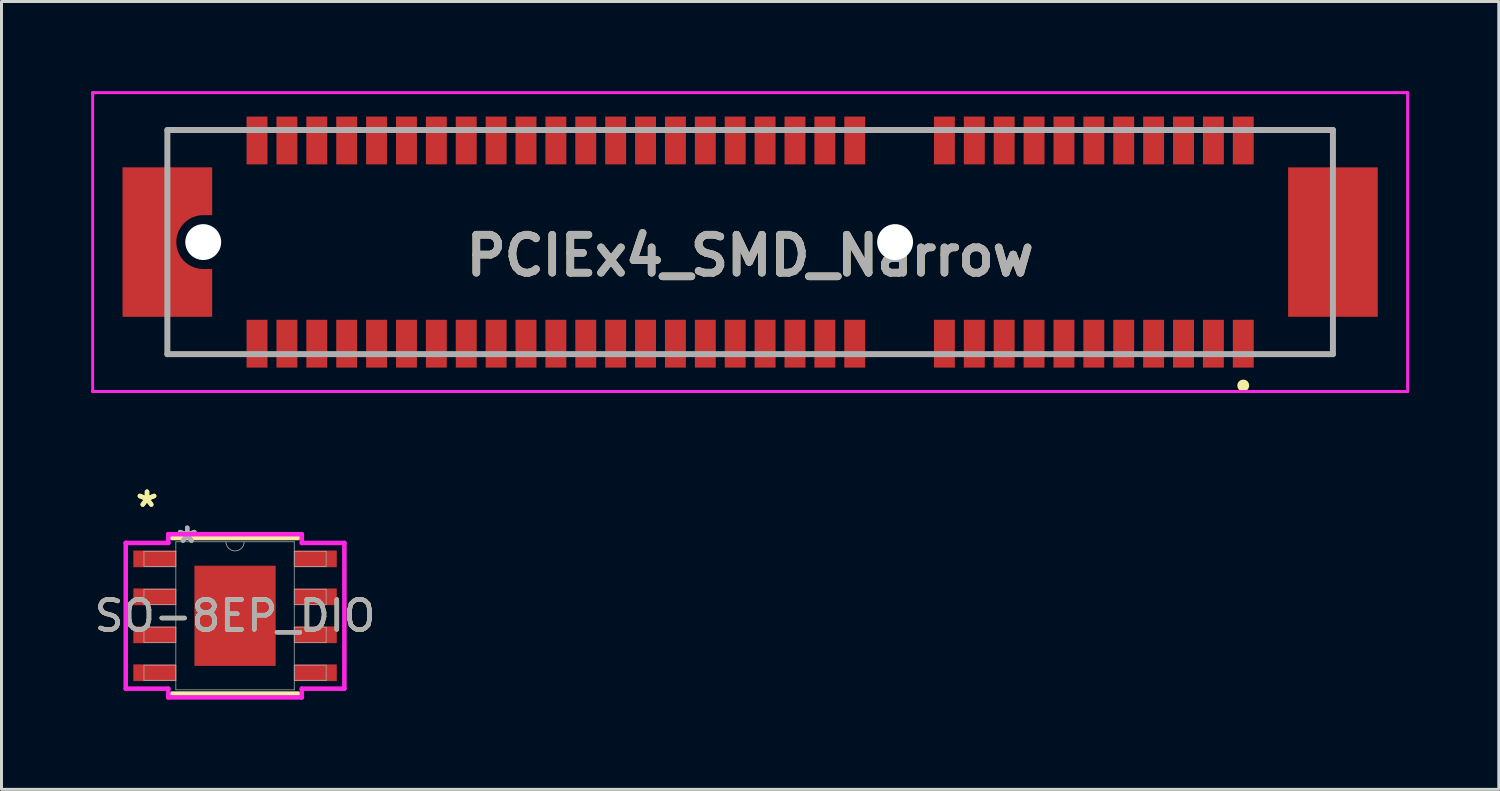
<source format=kicad_pcb>
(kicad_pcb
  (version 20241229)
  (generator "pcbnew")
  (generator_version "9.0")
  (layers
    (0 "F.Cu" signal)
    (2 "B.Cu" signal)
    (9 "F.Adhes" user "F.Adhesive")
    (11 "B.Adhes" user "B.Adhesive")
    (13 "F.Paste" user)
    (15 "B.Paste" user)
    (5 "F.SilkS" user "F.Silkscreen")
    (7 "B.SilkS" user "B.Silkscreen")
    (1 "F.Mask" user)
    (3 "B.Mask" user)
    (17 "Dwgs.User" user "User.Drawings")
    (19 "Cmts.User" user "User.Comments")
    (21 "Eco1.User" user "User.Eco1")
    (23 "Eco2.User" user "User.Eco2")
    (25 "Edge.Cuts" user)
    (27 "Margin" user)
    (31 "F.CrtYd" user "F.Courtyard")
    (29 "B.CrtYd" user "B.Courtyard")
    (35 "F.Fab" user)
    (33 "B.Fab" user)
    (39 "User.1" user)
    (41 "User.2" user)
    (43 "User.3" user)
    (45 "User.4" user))
  (footprint "PCIEx4_SMD_Narrow"
    (layer "F.Cu")
    (at 22.05 5.05)
    (property "Reference" "PCIEx4_SMD_Narrow" (at 0 0.45 0) (layer "F.SilkS") (effects (font (size 1.27 1.27) (thickness 0.254))))
    (attr through_hole)
    (fp_line (start -19.5 -3.75) (end -19.5 -3.75) (stroke (width 0.1) (type solid)) (layer "F.SilkS"))
    (fp_line (start -19.5 -3.75) (end -19.5 -3.75) (stroke (width 0.1) (type solid)) (layer "F.SilkS"))
    (fp_line (start -19.5 -3.75) (end -19.5 -3) (stroke (width 0.1) (type solid)) (layer "F.SilkS"))
    (fp_line (start -19.5 -3.75) (end -17.5 -3.75) (stroke (width 0.1) (type solid)) (layer "F.SilkS"))
    (fp_line (start -19.5 -3) (end -19.5 -3.75) (stroke (width 0.1) (type solid)) (layer "F.SilkS"))
    (fp_line (start -19.5 -3) (end -19.5 -3) (stroke (width 0.1) (type solid)) (layer "F.SilkS"))
    (fp_line (start -19.5 3) (end -19.5 3) (stroke (width 0.1) (type solid)) (layer "F.SilkS"))
    (fp_line (start -19.5 3) (end -19.5 3.75) (stroke (width 0.1) (type solid)) (layer "F.SilkS"))
    (fp_line (start -19.5 3.75) (end -19.5 3) (stroke (width 0.1) (type solid)) (layer "F.SilkS"))
    (fp_line (start -19.5 3.75) (end -19.5 3.75) (stroke (width 0.1) (type solid)) (layer "F.SilkS"))
    (fp_line (start -19.5 3.75) (end -19.5 3.75) (stroke (width 0.1) (type solid)) (layer "F.SilkS"))
    (fp_line (start -19.5 3.75) (end -17.5 3.75) (stroke (width 0.1) (type solid)) (layer "F.SilkS"))
    (fp_line (start -17.5 -3.75) (end -19.5 -3.75) (stroke (width 0.1) (type solid)) (layer "F.SilkS"))
    (fp_line (start -17.5 -3.75) (end -17.5 -3.75) (stroke (width 0.1) (type solid)) (layer "F.SilkS"))
    (fp_line (start -17.5 3.75) (end -19.5 3.75) (stroke (width 0.1) (type solid)) (layer "F.SilkS"))
    (fp_line (start -17.5 3.75) (end -17.5 3.75) (stroke (width 0.1) (type solid)) (layer "F.SilkS"))
    (fp_line (start 4.5 3.75) (end 4.5 3.75) (stroke (width 0.1) (type solid)) (layer "F.SilkS"))
    (fp_line (start 4.5 3.75) (end 5.5 3.75) (stroke (width 0.1) (type solid)) (layer "F.SilkS"))
    (fp_line (start 5.5 3.75) (end 4.5 3.75) (stroke (width 0.1) (type solid)) (layer "F.SilkS"))
    (fp_line (start 5.5 3.75) (end 5.5 3.75) (stroke (width 0.1) (type solid)) (layer "F.SilkS"))
    (fp_line (start 17.5 -3.75) (end 17.5 -3.75) (stroke (width 0.1) (type solid)) (layer "F.SilkS"))
    (fp_line (start 17.5 -3.75) (end 19.5 -3.75) (stroke (width 0.1) (type solid)) (layer "F.SilkS"))
    (fp_line (start 17.5 3.75) (end 17.5 3.75) (stroke (width 0.1) (type solid)) (layer "F.SilkS"))
    (fp_line (start 17.5 3.75) (end 19.5 3.75) (stroke (width 0.1) (type solid)) (layer "F.SilkS"))
    (fp_line (start 19.5 -3.75) (end 17.5 -3.75) (stroke (width 0.1) (type solid)) (layer "F.SilkS"))
    (fp_line (start 19.5 -3.75) (end 19.5 -3.75) (stroke (width 0.1) (type solid)) (layer "F.SilkS"))
    (fp_line (start 19.5 -3.75) (end 19.5 -3.75) (stroke (width 0.1) (type solid)) (layer "F.SilkS"))
    (fp_line (start 19.5 -3.75) (end 19.5 -3) (stroke (width 0.1) (type solid)) (layer "F.SilkS"))
    (fp_line (start 19.5 -3) (end 19.5 -3.75) (stroke (width 0.1) (type solid)) (layer "F.SilkS"))
    (fp_line (start 19.5 -3) (end 19.5 -3) (stroke (width 0.1) (type solid)) (layer "F.SilkS"))
    (fp_line (start 19.5 3) (end 19.5 3) (stroke (width 0.1) (type solid)) (layer "F.SilkS"))
    (fp_line (start 19.5 3) (end 19.5 3.75) (stroke (width 0.1) (type solid)) (layer "F.SilkS"))
    (fp_line (start 19.5 3.75) (end 17.5 3.75) (stroke (width 0.1) (type solid)) (layer "F.SilkS"))
    (fp_line (start 19.5 3.75) (end 19.5 3) (stroke (width 0.1) (type solid)) (layer "F.SilkS"))
    (fp_line (start 19.5 3.75) (end 19.5 3.75) (stroke (width 0.1) (type solid)) (layer "F.SilkS"))
    (fp_line (start 19.5 3.75) (end 19.5 3.75) (stroke (width 0.1) (type solid)) (layer "F.SilkS"))
    (fp_circle (center 16.5 4.8) (end 16.6 4.8) (stroke (width 0.2) (type default)) (fill no) (layer "F.SilkS"))
    (fp_line (start -22 -5) (end 22 -5) (stroke (width 0.1) (type solid)) (layer "F.CrtYd"))
    (fp_line (start -22 5) (end -22 -5) (stroke (width 0.1) (type solid)) (layer "F.CrtYd"))
    (fp_line (start 22 -5) (end 22 5) (stroke (width 0.1) (type solid)) (layer "F.CrtYd"))
    (fp_line (start 22 5) (end -22 5) (stroke (width 0.1) (type solid)) (layer "F.CrtYd"))
    (fp_line (start -19.5 -3.75) (end -19.5 3.75) (stroke (width 0.2) (type solid)) (layer "F.Fab"))
    (fp_line (start -19.5 3.75) (end 19.5 3.75) (stroke (width 0.2) (type solid)) (layer "F.Fab"))
    (fp_line (start 19.5 -3.75) (end -19.5 -3.75) (stroke (width 0.2) (type solid)) (layer "F.Fab"))
    (fp_line (start 19.5 3.75) (end 19.5 -3.75) (stroke (width 0.2) (type solid)) (layer "F.Fab"))
    (fp_text user "${REFERENCE}" (at 0 0.45 0) (layer "F.Fab") (effects (font (size 1.27 1.27) (thickness 0.254))))
    (pad "" np_thru_hole circle (at -18.3 0) (size 1.2 1.2) (drill 1.2) (layers "*.Cu" "*.Mask"))
    (pad "" np_thru_hole circle (at 4.85 0) (size 1.2 1.2) (drill 1.2) (layers "*.Cu" "*.Mask"))
    (pad "A1" smd rect (at 16.5 3.4) (size 0.7 1.6) (layers "F.Cu" "F.Mask" "F.Paste"))
    (pad "A2" smd rect (at 15.5 3.4) (size 0.7 1.6) (layers "F.Cu" "F.Mask" "F.Paste"))
    (pad "A3" smd rect (at 14.5 3.4) (size 0.7 1.6) (layers "F.Cu" "F.Mask" "F.Paste"))
    (pad "A4" smd rect (at 13.5 3.4) (size 0.7 1.6) (layers "F.Cu" "F.Mask" "F.Paste"))
    (pad "A5" smd rect (at 12.5 3.4) (size 0.7 1.6) (layers "F.Cu" "F.Mask" "F.Paste"))
    (pad "A6" smd rect (at 11.5 3.4) (size 0.7 1.6) (layers "F.Cu" "F.Mask" "F.Paste"))
    (pad "A7" smd rect (at 10.5 3.4) (size 0.7 1.6) (layers "F.Cu" "F.Mask" "F.Paste"))
    (pad "A8" smd rect (at 9.5 3.4) (size 0.7 1.6) (layers "F.Cu" "F.Mask" "F.Paste"))
    (pad "A9" smd rect (at 8.5 3.4) (size 0.7 1.6) (layers "F.Cu" "F.Mask" "F.Paste"))
    (pad "A10" smd rect (at 7.5 3.4) (size 0.7 1.6) (layers "F.Cu" "F.Mask" "F.Paste"))
    (pad "A11" smd rect (at 6.5 3.4) (size 0.7 1.6) (layers "F.Cu" "F.Mask" "F.Paste"))
    (pad "A12" smd rect (at 3.5 3.4) (size 0.7 1.6) (layers "F.Cu" "F.Mask" "F.Paste"))
    (pad "A13" smd rect (at 2.5 3.4) (size 0.7 1.6) (layers "F.Cu" "F.Mask" "F.Paste"))
    (pad "A14" smd rect (at 1.5 3.4) (size 0.7 1.6) (layers "F.Cu" "F.Mask" "F.Paste"))
    (pad "A15" smd rect (at 0.5 3.4) (size 0.7 1.6) (layers "F.Cu" "F.Mask" "F.Paste"))
    (pad "A16" smd rect (at -0.5 3.4) (size 0.7 1.6) (layers "F.Cu" "F.Mask" "F.Paste"))
    (pad "A17" smd rect (at -1.5 3.4) (size 0.7 1.6) (layers "F.Cu" "F.Mask" "F.Paste"))
    (pad "A18" smd rect (at -2.5 3.4) (size 0.7 1.6) (layers "F.Cu" "F.Mask" "F.Paste"))
    (pad "A19" smd rect (at -3.5 3.4) (size 0.7 1.6) (layers "F.Cu" "F.Mask" "F.Paste"))
    (pad "A20" smd rect (at -4.5 3.4) (size 0.7 1.6) (layers "F.Cu" "F.Mask" "F.Paste"))
    (pad "A21" smd rect (at -5.5 3.4) (size 0.7 1.6) (layers "F.Cu" "F.Mask" "F.Paste"))
    (pad "A22" smd rect (at -6.5 3.4) (size 0.7 1.6) (layers "F.Cu" "F.Mask" "F.Paste"))
    (pad "A23" smd rect (at -7.5 3.4) (size 0.7 1.6) (layers "F.Cu" "F.Mask" "F.Paste"))
    (pad "A24" smd rect (at -8.5 3.4) (size 0.7 1.6) (layers "F.Cu" "F.Mask" "F.Paste"))
    (pad "A25" smd rect (at -9.5 3.4) (size 0.7 1.6) (layers "F.Cu" "F.Mask" "F.Paste"))
    (pad "A26" smd rect (at -10.5 3.4) (size 0.7 1.6) (layers "F.Cu" "F.Mask" "F.Paste"))
    (pad "A27" smd rect (at -11.5 3.4) (size 0.7 1.6) (layers "F.Cu" "F.Mask" "F.Paste"))
    (pad "A28" smd rect (at -12.5 3.4) (size 0.7 1.6) (layers "F.Cu" "F.Mask" "F.Paste"))
    (pad "A29" smd rect (at -13.5 3.4) (size 0.7 1.6) (layers "F.Cu" "F.Mask" "F.Paste"))
    (pad "A30" smd rect (at -14.5 3.4) (size 0.7 1.6) (layers "F.Cu" "F.Mask" "F.Paste"))
    (pad "A31" smd rect (at -15.5 3.4) (size 0.7 1.6) (layers "F.Cu" "F.Mask" "F.Paste"))
    (pad "A32" smd rect (at -16.5 3.4) (size 0.7 1.6) (layers "F.Cu" "F.Mask" "F.Paste"))
    (pad "B1" smd rect (at 16.5 -3.4) (size 0.7 1.6) (layers "F.Cu" "F.Mask" "F.Paste"))
    (pad "B2" smd rect (at 15.5 -3.4) (size 0.7 1.6) (layers "F.Cu" "F.Mask" "F.Paste"))
    (pad "B3" smd rect (at 14.5 -3.4) (size 0.7 1.6) (layers "F.Cu" "F.Mask" "F.Paste"))
    (pad "B4" smd rect (at 13.5 -3.4) (size 0.7 1.6) (layers "F.Cu" "F.Mask" "F.Paste"))
    (pad "B5" smd rect (at 12.5 -3.4) (size 0.7 1.6) (layers "F.Cu" "F.Mask" "F.Paste"))
    (pad "B6" smd rect (at 11.5 -3.4) (size 0.7 1.6) (layers "F.Cu" "F.Mask" "F.Paste"))
    (pad "B7" smd rect (at 10.5 -3.4) (size 0.7 1.6) (layers "F.Cu" "F.Mask" "F.Paste"))
    (pad "B8" smd rect (at 9.5 -3.4) (size 0.7 1.6) (layers "F.Cu" "F.Mask" "F.Paste"))
    (pad "B9" smd rect (at 8.5 -3.4) (size 0.7 1.6) (layers "F.Cu" "F.Mask" "F.Paste"))
    (pad "B10" smd rect (at 7.5 -3.4) (size 0.7 1.6) (layers "F.Cu" "F.Mask" "F.Paste"))
    (pad "B11" smd rect (at 6.5 -3.4) (size 0.7 1.6) (layers "F.Cu" "F.Mask" "F.Paste"))
    (pad "B12" smd rect (at 3.5 -3.4) (size 0.7 1.6) (layers "F.Cu" "F.Mask" "F.Paste"))
    (pad "B13" smd rect (at 2.5 -3.4) (size 0.7 1.6) (layers "F.Cu" "F.Mask" "F.Paste"))
    (pad "B14" smd rect (at 1.5 -3.4) (size 0.7 1.6) (layers "F.Cu" "F.Mask" "F.Paste"))
    (pad "B15" smd rect (at 0.5 -3.4) (size 0.7 1.6) (layers "F.Cu" "F.Mask" "F.Paste"))
    (pad "B16" smd rect (at -0.5 -3.4) (size 0.7 1.6) (layers "F.Cu" "F.Mask" "F.Paste"))
    (pad "B17" smd rect (at -1.5 -3.4) (size 0.7 1.6) (layers "F.Cu" "F.Mask" "F.Paste"))
    (pad "B18" smd rect (at -2.5 -3.4) (size 0.7 1.6) (layers "F.Cu" "F.Mask" "F.Paste"))
    (pad "B19" smd rect (at -3.5 -3.4) (size 0.7 1.6) (layers "F.Cu" "F.Mask" "F.Paste"))
    (pad "B20" smd rect (at -4.5 -3.4) (size 0.7 1.6) (layers "F.Cu" "F.Mask" "F.Paste"))
    (pad "B21" smd rect (at -5.5 -3.4) (size 0.7 1.6) (layers "F.Cu" "F.Mask" "F.Paste"))
    (pad "B22" smd rect (at -6.5 -3.4) (size 0.7 1.6) (layers "F.Cu" "F.Mask" "F.Paste"))
    (pad "B23" smd rect (at -7.5 -3.4) (size 0.7 1.6) (layers "F.Cu" "F.Mask" "F.Paste"))
    (pad "B24" smd rect (at -8.5 -3.4) (size 0.7 1.6) (layers "F.Cu" "F.Mask" "F.Paste"))
    (pad "B25" smd rect (at -9.5 -3.4) (size 0.7 1.6) (layers "F.Cu" "F.Mask" "F.Paste"))
    (pad "B26" smd rect (at -10.5 -3.4) (size 0.7 1.6) (layers "F.Cu" "F.Mask" "F.Paste"))
    (pad "B27" smd rect (at -11.5 -3.4) (size 0.7 1.6) (layers "F.Cu" "F.Mask" "F.Paste"))
    (pad "B28" smd rect (at -12.5 -3.4) (size 0.7 1.6) (layers "F.Cu" "F.Mask" "F.Paste"))
    (pad "B29" smd rect (at -13.5 -3.4) (size 0.7 1.6) (layers "F.Cu" "F.Mask" "F.Paste"))
    (pad "B30" smd rect (at -14.5 -3.4) (size 0.7 1.6) (layers "F.Cu" "F.Mask" "F.Paste"))
    (pad "B31" smd rect (at -15.5 -3.4) (size 0.7 1.6) (layers "F.Cu" "F.Mask" "F.Paste"))
    (pad "B32" smd rect (at -16.5 -3.4) (size 0.7 1.6) (layers "F.Cu" "F.Mask" "F.Paste"))
    (pad "MP1" smd rect (at 19.5 0) (size 3 5) (layers "F.Cu" "F.Mask" "F.Paste"))
    (pad "MP2" smd custom (at -20.1 0) (size 1.8 5) (layers "F.Cu" "F.Mask" "F.Paste") (options (anchor rect)) (primitives (gr_poly (pts (arc (start 1.8 -0.9) (mid 0.9 0) (end 1.8 0.9)) (xy 0.8 0.9) (xy 0.8 -0.9)) (width 0) (fill yes)) (gr_poly (pts (xy 2.1 -2.5) (xy -0.9 -2.5) (xy -0.9 2.5) (xy 2.1 2.5) (xy 2.1 0.9) (xy 0.9 0.9) (xy 0.9 -0.9) (xy 2.1 -0.9)) (width 0) (fill yes)))))
  (footprint "SO-8EP_DIO"
    (layer "F.Cu")
    (at 4.815 17.555)
    (property "Reference" "SO-8EP_DIO" (at 0 0 0) (unlocked yes) (layer "F.SilkS") (effects (font (size 1 1) (thickness 0.15))))
    (attr smd)
    (fp_line (start -2.108 2.603) (end 2.108 2.603) (stroke (width 0.152) (type solid)) (layer "F.SilkS"))
    (fp_line (start 2.108 -2.603) (end -2.108 -2.603) (stroke (width 0.152) (type solid)) (layer "F.SilkS"))
    (fp_poly (pts (xy -1.259 -1.576) (xy -1.259 -0.1) (xy -0.1 -0.1) (xy -0.1 -1.576)) (stroke (width 0) (type solid)) (fill yes) (layer "F.Paste"))
    (fp_poly (pts (xy -1.259 0.1) (xy -1.259 1.576) (xy -0.1 1.576) (xy -0.1 0.1)) (stroke (width 0) (type solid)) (fill yes) (layer "F.Paste"))
    (fp_poly (pts (xy 0.1 -1.576) (xy 0.1 -0.1) (xy 1.259 -0.1) (xy 1.259 -1.576)) (stroke (width 0) (type solid)) (fill yes) (layer "F.Paste"))
    (fp_poly (pts (xy 0.1 0.1) (xy 0.1 1.576) (xy 1.259 1.576) (xy 1.259 0.1)) (stroke (width 0) (type solid)) (fill yes) (layer "F.Paste"))
    (fp_line (start -3.658 -2.438) (end -2.235 -2.438) (stroke (width 0.152) (type solid)) (layer "F.CrtYd"))
    (fp_line (start -3.658 2.438) (end -3.658 -2.438) (stroke (width 0.152) (type solid)) (layer "F.CrtYd"))
    (fp_line (start -3.658 2.438) (end -2.235 2.438) (stroke (width 0.152) (type solid)) (layer "F.CrtYd"))
    (fp_line (start -2.235 -2.731) (end 2.235 -2.731) (stroke (width 0.152) (type solid)) (layer "F.CrtYd"))
    (fp_line (start -2.235 -2.438) (end -2.235 -2.731) (stroke (width 0.152) (type solid)) (layer "F.CrtYd"))
    (fp_line (start -2.235 2.731) (end -2.235 2.438) (stroke (width 0.152) (type solid)) (layer "F.CrtYd"))
    (fp_line (start 2.235 -2.731) (end 2.235 -2.438) (stroke (width 0.152) (type solid)) (layer "F.CrtYd"))
    (fp_line (start 2.235 2.438) (end 2.235 2.731) (stroke (width 0.152) (type solid)) (layer "F.CrtYd"))
    (fp_line (start 2.235 2.731) (end -2.235 2.731) (stroke (width 0.152) (type solid)) (layer "F.CrtYd"))
    (fp_line (start 3.658 -2.438) (end 2.235 -2.438) (stroke (width 0.152) (type solid)) (layer "F.CrtYd"))
    (fp_line (start 3.658 -2.438) (end 3.658 2.438) (stroke (width 0.152) (type solid)) (layer "F.CrtYd"))
    (fp_line (start 3.658 2.438) (end 2.235 2.438) (stroke (width 0.152) (type solid)) (layer "F.CrtYd"))
    (fp_line (start -3.048 -2.159) (end -3.048 -1.651) (stroke (width 0.025) (type solid)) (layer "F.Fab"))
    (fp_line (start -3.048 -1.651) (end -1.981 -1.651) (stroke (width 0.025) (type solid)) (layer "F.Fab"))
    (fp_line (start -3.048 -0.889) (end -3.048 -0.381) (stroke (width 0.025) (type solid)) (layer "F.Fab"))
    (fp_line (start -3.048 -0.381) (end -1.981 -0.381) (stroke (width 0.025) (type solid)) (layer "F.Fab"))
    (fp_line (start -3.048 0.381) (end -3.048 0.889) (stroke (width 0.025) (type solid)) (layer "F.Fab"))
    (fp_line (start -3.048 0.889) (end -1.981 0.889) (stroke (width 0.025) (type solid)) (layer "F.Fab"))
    (fp_line (start -3.048 1.651) (end -3.048 2.159) (stroke (width 0.025) (type solid)) (layer "F.Fab"))
    (fp_line (start -3.048 2.159) (end -1.981 2.159) (stroke (width 0.025) (type solid)) (layer "F.Fab"))
    (fp_line (start -1.981 -2.477) (end -1.981 2.477) (stroke (width 0.025) (type solid)) (layer "F.Fab"))
    (fp_line (start -1.981 -2.159) (end -3.048 -2.159) (stroke (width 0.025) (type solid)) (layer "F.Fab"))
    (fp_line (start -1.981 -1.651) (end -1.981 -2.159) (stroke (width 0.025) (type solid)) (layer "F.Fab"))
    (fp_line (start -1.981 -0.889) (end -3.048 -0.889) (stroke (width 0.025) (type solid)) (layer "F.Fab"))
    (fp_line (start -1.981 -0.381) (end -1.981 -0.889) (stroke (width 0.025) (type solid)) (layer "F.Fab"))
    (fp_line (start -1.981 0.381) (end -3.048 0.381) (stroke (width 0.025) (type solid)) (layer "F.Fab"))
    (fp_line (start -1.981 0.889) (end -1.981 0.381) (stroke (width 0.025) (type solid)) (layer "F.Fab"))
    (fp_line (start -1.981 1.651) (end -3.048 1.651) (stroke (width 0.025) (type solid)) (layer "F.Fab"))
    (fp_line (start -1.981 2.159) (end -1.981 1.651) (stroke (width 0.025) (type solid)) (layer "F.Fab"))
    (fp_line (start -1.981 2.477) (end 1.981 2.477) (stroke (width 0.025) (type solid)) (layer "F.Fab"))
    (fp_line (start 1.981 -2.477) (end -1.981 -2.477) (stroke (width 0.025) (type solid)) (layer "F.Fab"))
    (fp_line (start 1.981 -2.159) (end 1.981 -1.651) (stroke (width 0.025) (type solid)) (layer "F.Fab"))
    (fp_line (start 1.981 -1.651) (end 3.048 -1.651) (stroke (width 0.025) (type solid)) (layer "F.Fab"))
    (fp_line (start 1.981 -0.889) (end 1.981 -0.381) (stroke (width 0.025) (type solid)) (layer "F.Fab"))
    (fp_line (start 1.981 -0.381) (end 3.048 -0.381) (stroke (width 0.025) (type solid)) (layer "F.Fab"))
    (fp_line (start 1.981 0.381) (end 1.981 0.889) (stroke (width 0.025) (type solid)) (layer "F.Fab"))
    (fp_line (start 1.981 0.889) (end 3.048 0.889) (stroke (width 0.025) (type solid)) (layer "F.Fab"))
    (fp_line (start 1.981 1.651) (end 1.981 2.159) (stroke (width 0.025) (type solid)) (layer "F.Fab"))
    (fp_line (start 1.981 2.159) (end 3.048 2.159) (stroke (width 0.025) (type solid)) (layer "F.Fab"))
    (fp_line (start 1.981 2.477) (end 1.981 -2.477) (stroke (width 0.025) (type solid)) (layer "F.Fab"))
    (fp_line (start 3.048 -2.159) (end 1.981 -2.159) (stroke (width 0.025) (type solid)) (layer "F.Fab"))
    (fp_line (start 3.048 -1.651) (end 3.048 -2.159) (stroke (width 0.025) (type solid)) (layer "F.Fab"))
    (fp_line (start 3.048 -0.889) (end 1.981 -0.889) (stroke (width 0.025) (type solid)) (layer "F.Fab"))
    (fp_line (start 3.048 -0.381) (end 3.048 -0.889) (stroke (width 0.025) (type solid)) (layer "F.Fab"))
    (fp_line (start 3.048 0.381) (end 1.981 0.381) (stroke (width 0.025) (type solid)) (layer "F.Fab"))
    (fp_line (start 3.048 0.889) (end 3.048 0.381) (stroke (width 0.025) (type solid)) (layer "F.Fab"))
    (fp_line (start 3.048 1.651) (end 1.981 1.651) (stroke (width 0.025) (type solid)) (layer "F.Fab"))
    (fp_line (start 3.048 2.159) (end 3.048 1.651) (stroke (width 0.025) (type solid)) (layer "F.Fab"))
    (fp_arc (start 0.3048 -2.4765) (mid 0 -2.1717) (end -0.3048 -2.4765) (stroke (width 0.0254) (type solid)) (layer "F.Fab"))
    (fp_text user "*" (at -2.946 -3.607 0) (unlocked yes) (layer "F.SilkS") (effects (font (size 1 1) (thickness 0.15))))
    (fp_text user "*" (at -2.946 -3.607 0) (layer "F.SilkS") (effects (font (size 1 1) (thickness 0.15))))
    (fp_text user "${REFERENCE}" (at 0 0 0) (unlocked yes) (layer "F.Fab") (effects (font (size 1 1) (thickness 0.15))))
    (fp_text user "*" (at -1.6 -2.4 0) (unlocked yes) (layer "F.Fab") (effects (font (size 1 1) (thickness 0.15))))
    (fp_text user "*" (at -1.6 -2.4 0) (layer "F.Fab") (effects (font (size 1 1) (thickness 0.15))))
    (pad "1" smd rect (at -2.692 -1.905) (size 1.422 0.559) (layers "F.Cu" "F.Mask" "F.Paste"))
    (pad "2" smd rect (at -2.692 -0.635) (size 1.422 0.559) (layers "F.Cu" "F.Mask" "F.Paste"))
    (pad "3" smd rect (at -2.692 0.635) (size 1.422 0.559) (layers "F.Cu" "F.Mask" "F.Paste"))
    (pad "4" smd rect (at -2.692 1.905) (size 1.422 0.559) (layers "F.Cu" "F.Mask" "F.Paste"))
    (pad "5" smd rect (at 2.692 1.905) (size 1.422 0.559) (layers "F.Cu" "F.Mask" "F.Paste"))
    (pad "6" smd rect (at 2.692 0.635) (size 1.422 0.559) (layers "F.Cu" "F.Mask" "F.Paste"))
    (pad "7" smd rect (at 2.692 -0.635) (size 1.422 0.559) (layers "F.Cu" "F.Mask" "F.Paste"))
    (pad "8" smd rect (at 2.692 -1.905) (size 1.422 0.559) (layers "F.Cu" "F.Mask" "F.Paste"))
    (pad "EPAD" smd rect (at 0 0) (size 2.718 3.353) (layers "F.Cu" "F.Mask")))
  (gr_rect
    (start -3 -3)
    (end 47.1 23.362)
    (stroke (width 0.1) (type default))
    (fill no)
    (layer "Edge.Cuts")))
</source>
